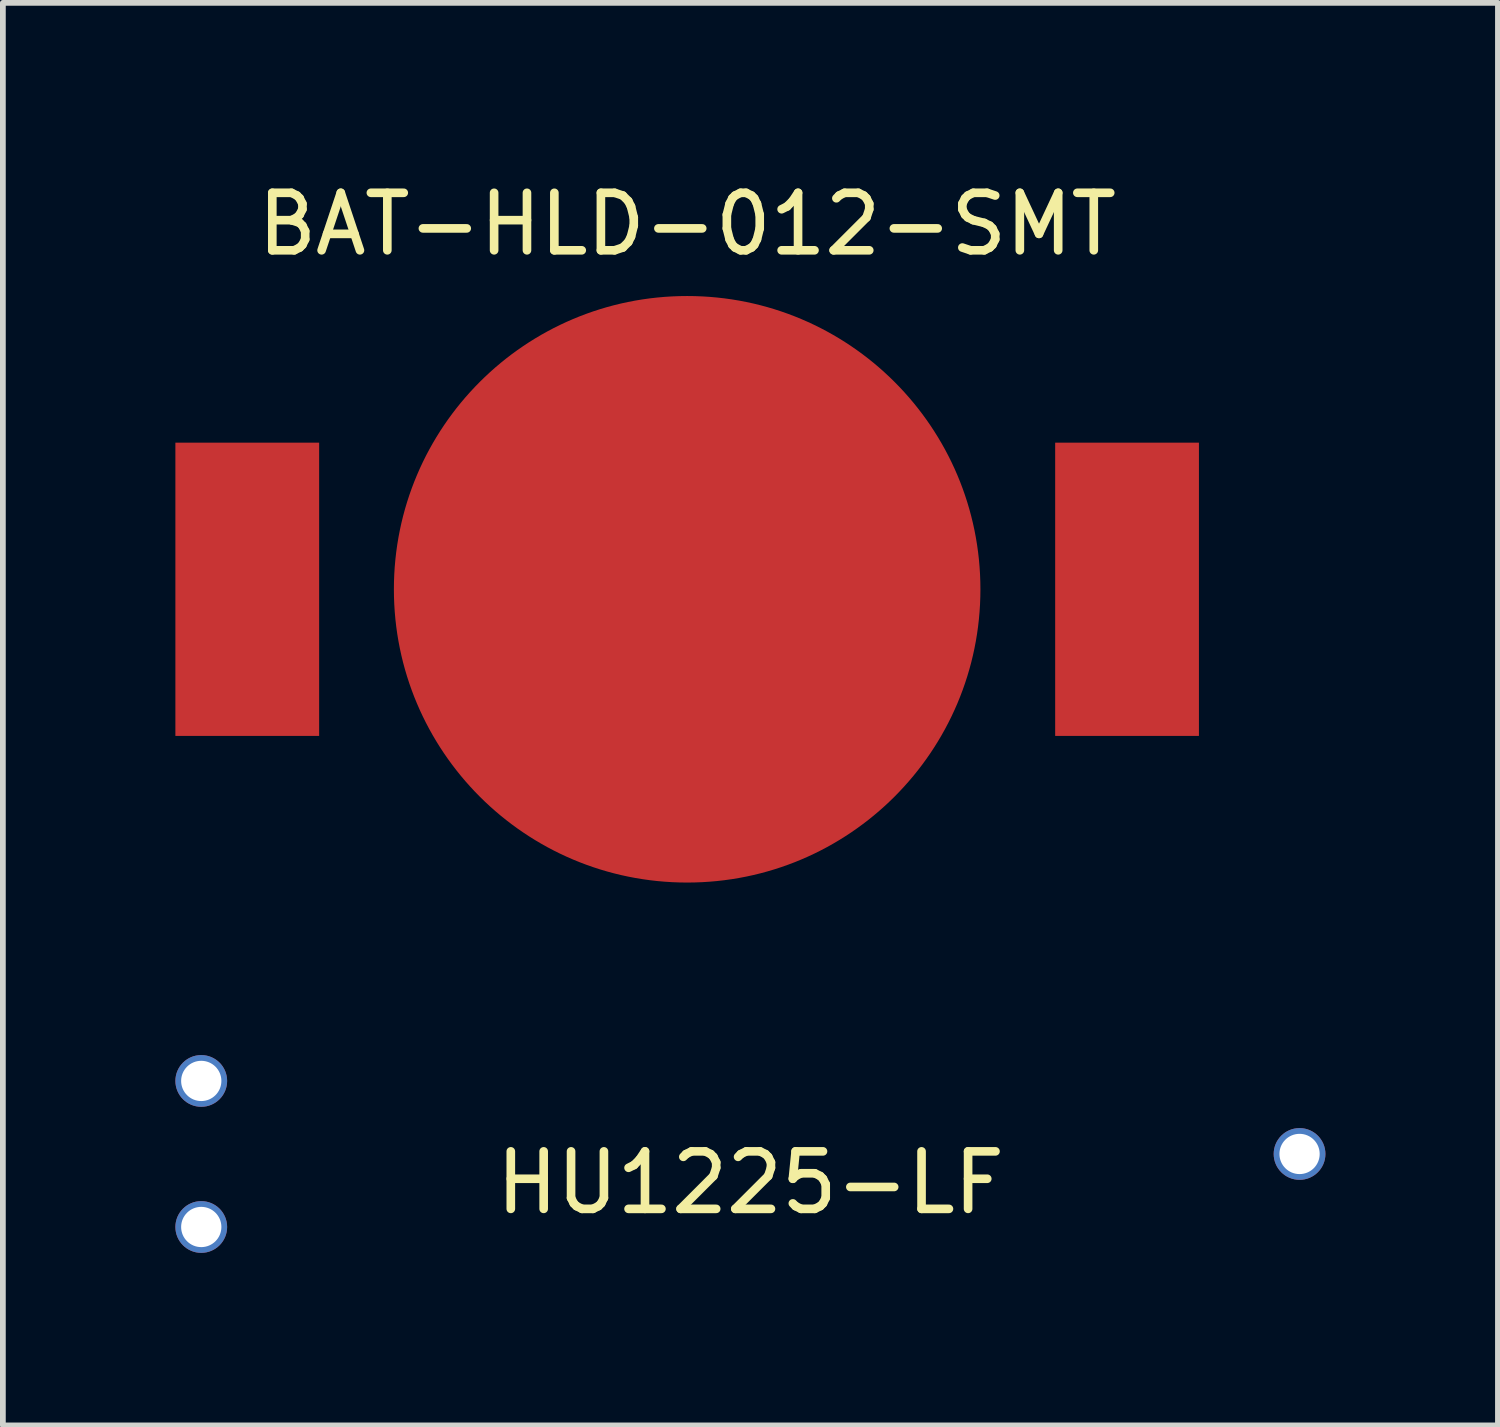
<source format=kicad_pcb>
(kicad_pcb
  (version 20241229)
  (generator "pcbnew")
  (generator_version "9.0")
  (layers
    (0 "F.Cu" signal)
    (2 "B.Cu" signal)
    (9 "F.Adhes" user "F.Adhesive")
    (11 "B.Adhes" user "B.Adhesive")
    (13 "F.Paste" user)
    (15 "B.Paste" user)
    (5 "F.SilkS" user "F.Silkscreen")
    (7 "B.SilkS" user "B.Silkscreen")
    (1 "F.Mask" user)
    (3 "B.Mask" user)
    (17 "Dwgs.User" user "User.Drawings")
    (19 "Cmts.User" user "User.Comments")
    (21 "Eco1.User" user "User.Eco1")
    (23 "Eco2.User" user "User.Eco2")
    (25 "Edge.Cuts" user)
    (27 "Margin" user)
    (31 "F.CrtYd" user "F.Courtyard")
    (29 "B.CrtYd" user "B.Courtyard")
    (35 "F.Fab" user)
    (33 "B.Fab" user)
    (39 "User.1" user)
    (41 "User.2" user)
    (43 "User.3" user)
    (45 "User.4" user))
  (footprint "BAT-HLD-012-SMT"
    (layer "F.Cu")
    (at 8.9 7.198)
    (property "Reference" "BAT-HLD-012-SMT" (at 0 -6.35 0) (layer "F.SilkS") (effects (font (size 1 1) (thickness 0.15))))
    (attr through_hole)
    (pad "1" smd rect (at -7.65 0) (size 2.5 5.1) (layers "F.Cu" "F.Mask" "F.Paste"))
    (pad "1" smd rect (at 7.65 0) (size 2.5 5.1) (layers "F.Cu" "F.Mask" "F.Paste"))
    (pad "2" smd circle (at 0 0) (size 10.2 10.2) (layers "F.Cu" "F.Mask" "F.Paste")))
  (footprint "HU1225-LF"
    (layer "F.Cu")
    (at 10 17.018)
    (property "Reference" "HU1225-LF" (at 0 0.5 0) (layer "F.SilkS") (effects (font (size 1 1) (thickness 0.15))))
    (attr through_hole)
    (pad "1" thru_hole circle (at -9.55 -1.27) (size 0.9 0.9) (drill 0.7) (layers "*.Cu" "*.Mask"))
    (pad "1" thru_hole circle (at -9.55 1.27) (size 0.9 0.9) (drill 0.7) (layers "*.Cu" "*.Mask"))
    (pad "2" thru_hole circle (at 9.55 0) (size 0.9 0.9) (drill 0.7) (layers "*.Cu" "*.Mask")))
  (gr_rect
    (start -3 -3)
    (end 23 21.738)
    (stroke (width 0.1) (type default))
    (fill no)
    (layer "Edge.Cuts")))
</source>
